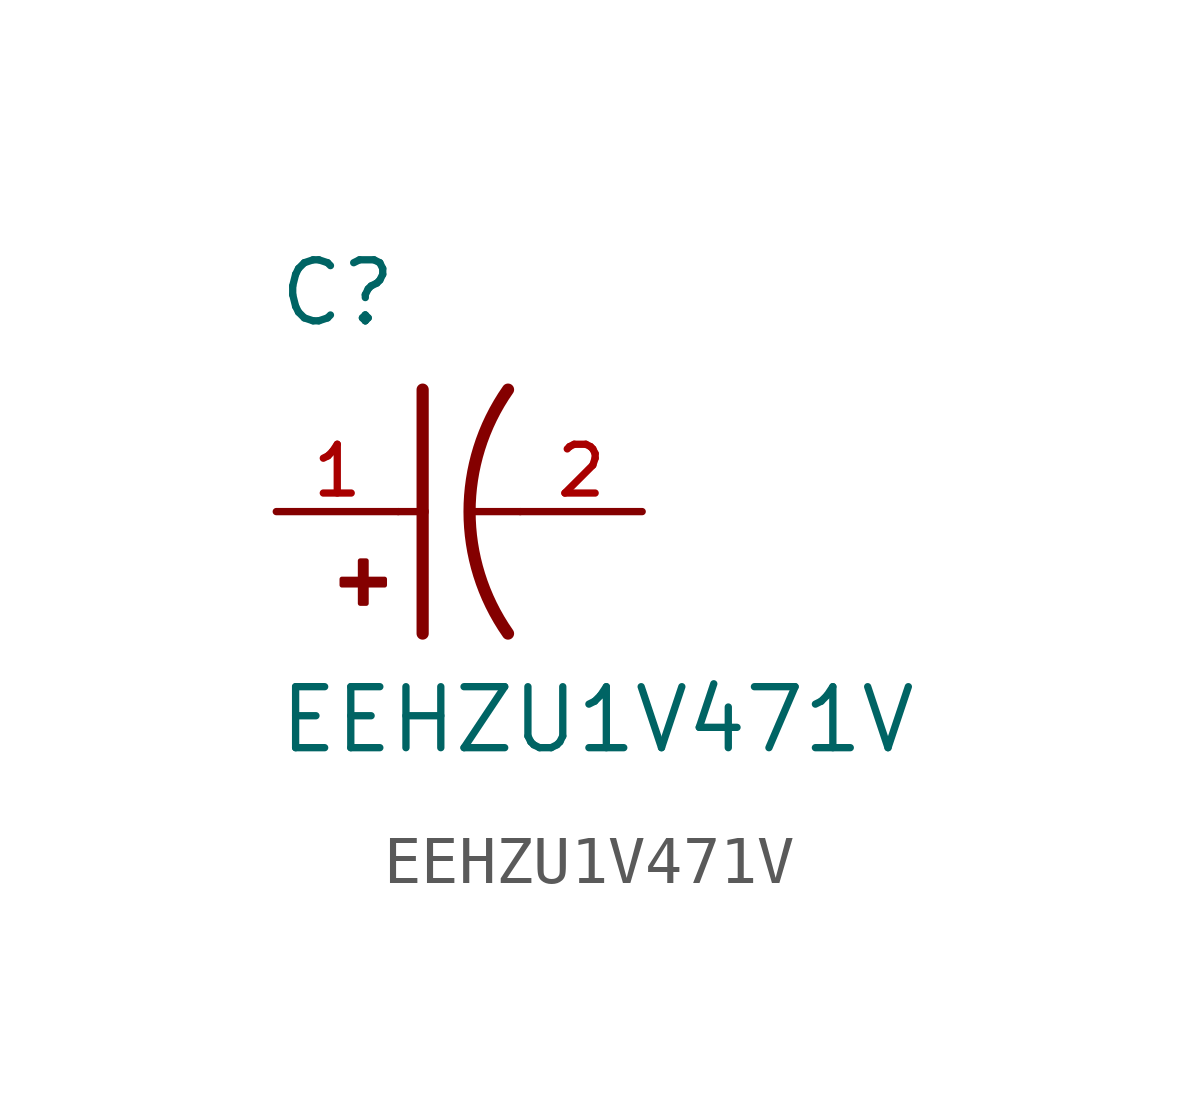
<source format=kicad_sym>
(kicad_symbol_lib
  (version 20211014)
  (generator kicad_symbol_editor)
  (symbol "EEHZU1V471V"
    (pin_names
      (offset 1.016))
    (property "Reference" "C"
      (at -2.54 3.81 0)
      (effects (font (size 1.27 1.27)) (justify bottom left)))
    (property "Value" "EEHZU1V471V"
      (at -2.54 -5.08 0)
      (effects (font (size 1.27 1.27)) (justify bottom left)))
    (symbol "EEHZU1V471V_0_0"
      (arc (start 2.286 -2.54) (mid 1.4851 -0.0) (end 2.286 2.54) (stroke (width 0.254) (type default) (color 0 0 0 0)) (fill (type none)))
      (polyline (pts (xy 0.508 2.54) (xy 0.508 0.0)) (stroke (width 0.254)))
      (rectangle (start -1.173 -1.532) (end -0.284 -1.405) (stroke (width 0.1)) (fill (type outline)))
      (rectangle (start -0.792 -1.913) (end -0.665 -1.024) (stroke (width 0.1)) (fill (type outline)))
      (polyline (pts (xy 0.508 0.0) (xy 0.508 -2.54)) (stroke (width 0.254)))
      (polyline (pts (xy 0.0 0.0) (xy 0.508 0.0)) (stroke (width 0.152)))
      (polyline (pts (xy 2.54 0.0) (xy 1.524 0.0)) (stroke (width 0.152)))
      (pin passive line (at -2.54 0.0 0) (length 2.54) (name "~" (effects (font (size 1.016 1.016)))) (number "1" (effects (font (size 1.016 1.016)))))
      (pin passive line (at 5.08 0.0 180.0) (length 2.54) (name "~" (effects (font (size 1.016 1.016)))) (number "2" (effects (font (size 1.016 1.016))))))))
</source>
